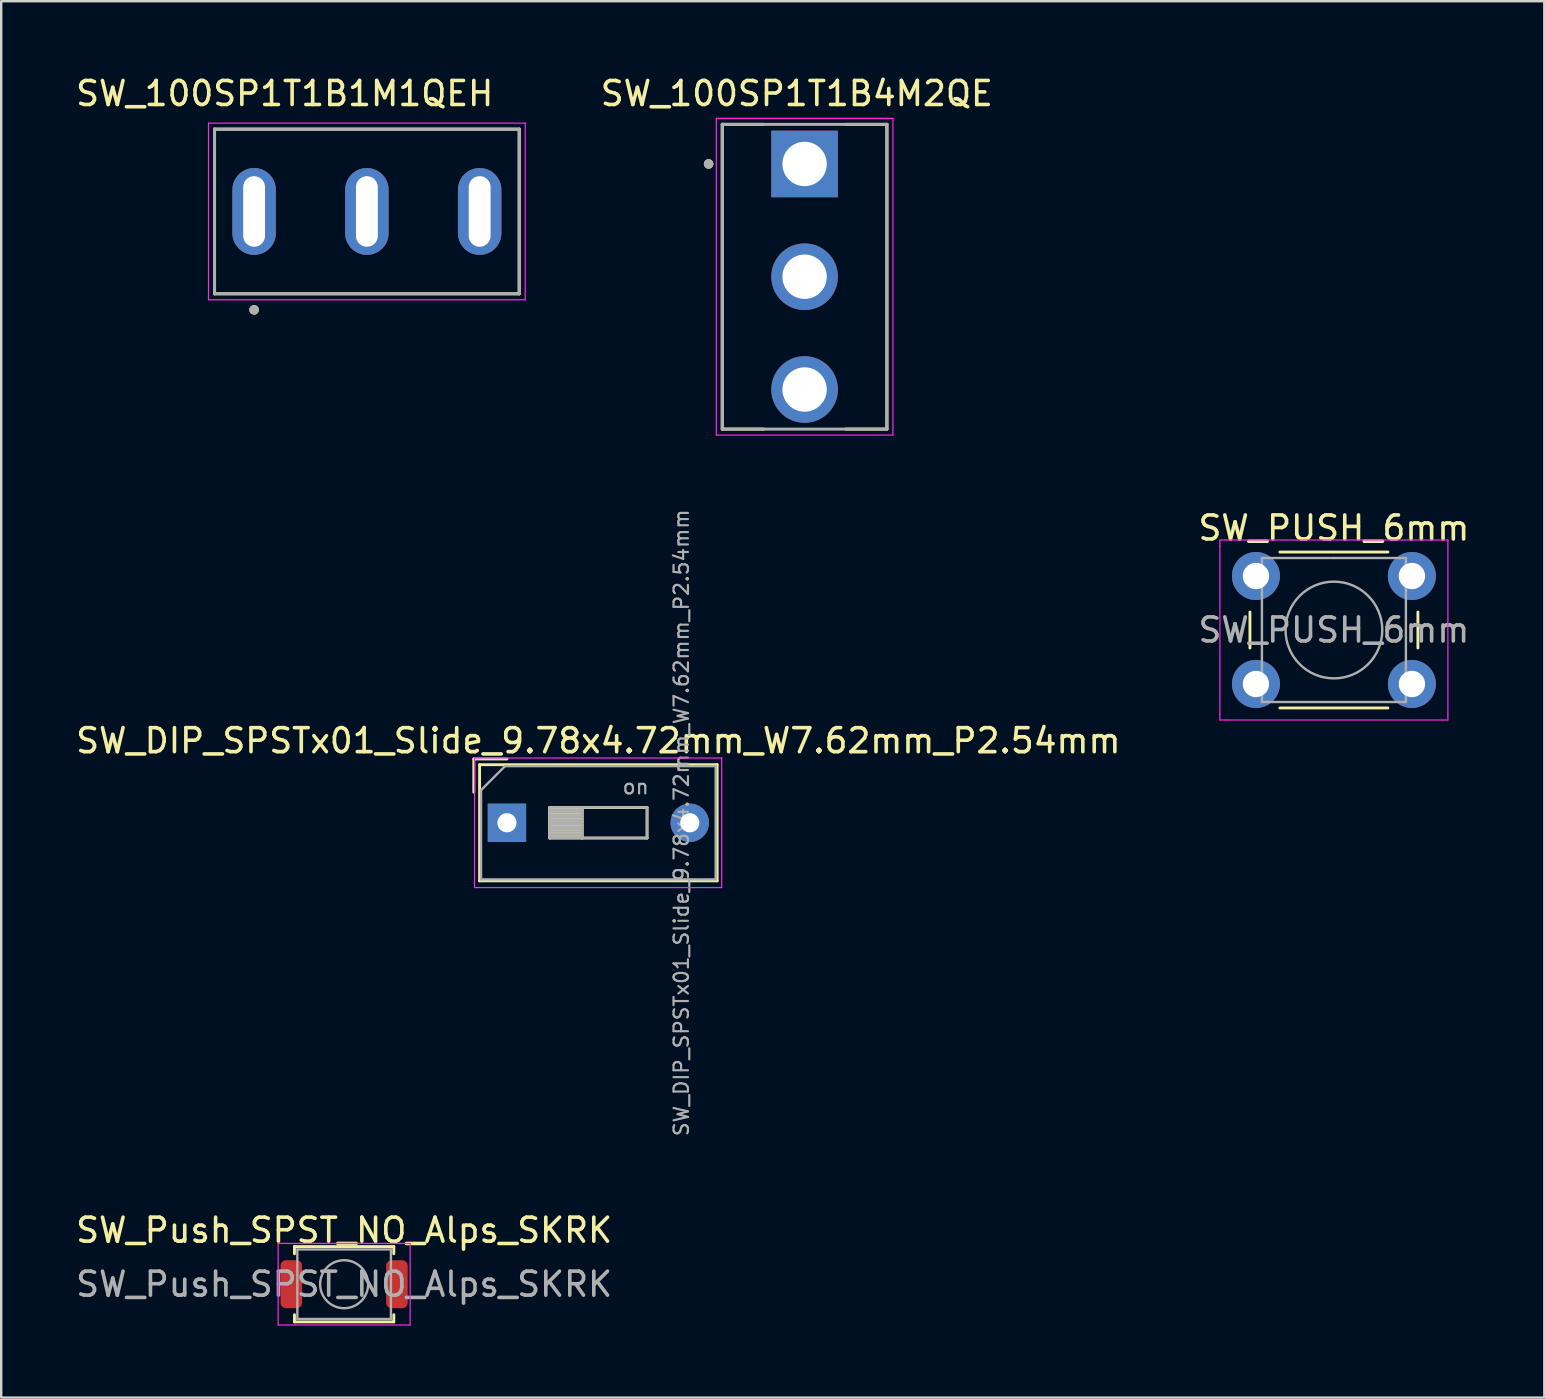
<source format=kicad_pcb>
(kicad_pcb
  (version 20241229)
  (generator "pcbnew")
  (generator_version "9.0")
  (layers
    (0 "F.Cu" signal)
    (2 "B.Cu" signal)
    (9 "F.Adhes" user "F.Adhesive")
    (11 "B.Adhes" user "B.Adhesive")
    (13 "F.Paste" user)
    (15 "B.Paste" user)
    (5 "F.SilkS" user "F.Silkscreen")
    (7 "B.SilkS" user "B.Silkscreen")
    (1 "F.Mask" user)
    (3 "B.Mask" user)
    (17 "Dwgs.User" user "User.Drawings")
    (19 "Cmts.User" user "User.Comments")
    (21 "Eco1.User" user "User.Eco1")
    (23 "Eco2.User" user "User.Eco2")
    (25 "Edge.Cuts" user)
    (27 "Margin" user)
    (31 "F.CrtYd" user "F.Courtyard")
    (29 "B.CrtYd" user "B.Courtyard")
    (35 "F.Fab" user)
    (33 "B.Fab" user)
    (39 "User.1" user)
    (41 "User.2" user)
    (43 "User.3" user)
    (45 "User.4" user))
  (footprint "SW_100SP1T1B4M2QE"
    (layer "F.Cu")
    (at 30.482 8.483)
    (property "Reference" "SW_100SP1T1B4M2QE" (at -0.325 -7.635 0) (layer "F.SilkS") (effects (font (size 1 1) (thickness 0.15))))
    (attr through_hole)
    (fp_line (start -3.43 6.35) (end -3.43 -6.35) (stroke (width 0.127) (type solid)) (layer "F.SilkS"))
    (fp_line (start -1.71 -6.35) (end -3.43 -6.35) (stroke (width 0.127) (type solid)) (layer "F.SilkS"))
    (fp_line (start -1.71 6.35) (end -3.43 6.35) (stroke (width 0.127) (type solid)) (layer "F.SilkS"))
    (fp_line (start 3.43 -6.35) (end 1.71 -6.35) (stroke (width 0.127) (type solid)) (layer "F.SilkS"))
    (fp_line (start 3.43 -6.35) (end 3.43 6.35) (stroke (width 0.127) (type solid)) (layer "F.SilkS"))
    (fp_line (start 3.43 6.35) (end 1.71 6.35) (stroke (width 0.127) (type solid)) (layer "F.SilkS"))
    (fp_circle (center -4 -4.7) (end -3.9 -4.7) (stroke (width 0.2) (type solid)) (fill no) (layer "F.SilkS"))
    (fp_line (start -3.68 -6.6) (end -3.68 6.6) (stroke (width 0.05) (type solid)) (layer "F.CrtYd"))
    (fp_line (start -3.68 6.6) (end 3.68 6.6) (stroke (width 0.05) (type solid)) (layer "F.CrtYd"))
    (fp_line (start 3.68 -6.6) (end -3.68 -6.6) (stroke (width 0.05) (type solid)) (layer "F.CrtYd"))
    (fp_line (start 3.68 6.6) (end 3.68 -6.6) (stroke (width 0.05) (type solid)) (layer "F.CrtYd"))
    (fp_line (start -3.43 -6.35) (end -3.43 6.35) (stroke (width 0.127) (type solid)) (layer "F.Fab"))
    (fp_line (start -3.43 6.35) (end 3.43 6.35) (stroke (width 0.127) (type solid)) (layer "F.Fab"))
    (fp_line (start 3.43 -6.35) (end -3.43 -6.35) (stroke (width 0.127) (type solid)) (layer "F.Fab"))
    (fp_line (start 3.43 6.35) (end 3.43 -6.35) (stroke (width 0.127) (type solid)) (layer "F.Fab"))
    (fp_circle (center -4 -4.7) (end -3.9 -4.7) (stroke (width 0.2) (type solid)) (fill no) (layer "F.Fab"))
    (pad "1" thru_hole rect (at 0 -4.7) (size 2.775 2.775) (drill 1.85) (layers "*.Cu" "*.Mask"))
    (pad "2" thru_hole circle (at 0 0) (size 2.775 2.775) (drill 1.85) (layers "*.Cu" "*.Mask"))
    (pad "3" thru_hole circle (at 0 4.7) (size 2.775 2.775) (drill 1.85) (layers "*.Cu" "*.Mask")))
  (footprint "SW_100SP1T1B1M1QEH"
    (layer "F.Cu")
    (at 12.24 5.763)
    (property "Reference" "SW_100SP1T1B1M1QEH" (at -3.425 -4.915 0) (layer "F.SilkS") (effects (font (size 1 1) (thickness 0.15))))
    (attr through_hole)
    (fp_line (start -6.35 -3.43) (end 6.35 -3.43) (stroke (width 0.127) (type solid)) (layer "F.SilkS"))
    (fp_line (start -6.35 3.43) (end -6.35 -3.43) (stroke (width 0.127) (type solid)) (layer "F.SilkS"))
    (fp_line (start 6.35 -3.43) (end 6.35 3.43) (stroke (width 0.127) (type solid)) (layer "F.SilkS"))
    (fp_line (start 6.35 3.43) (end -6.35 3.43) (stroke (width 0.127) (type solid)) (layer "F.SilkS"))
    (fp_circle (center -4.7 4.1) (end -4.6 4.1) (stroke (width 0.2) (type solid)) (fill no) (layer "F.SilkS"))
    (fp_line (start -6.6 -3.68) (end -6.6 3.68) (stroke (width 0.05) (type solid)) (layer "F.CrtYd"))
    (fp_line (start -6.6 3.68) (end 6.6 3.68) (stroke (width 0.05) (type solid)) (layer "F.CrtYd"))
    (fp_line (start 6.6 -3.68) (end -6.6 -3.68) (stroke (width 0.05) (type solid)) (layer "F.CrtYd"))
    (fp_line (start 6.6 3.68) (end 6.6 -3.68) (stroke (width 0.05) (type solid)) (layer "F.CrtYd"))
    (fp_line (start -6.35 -3.43) (end 6.35 -3.43) (stroke (width 0.127) (type solid)) (layer "F.Fab"))
    (fp_line (start -6.35 3.43) (end -6.35 -3.43) (stroke (width 0.127) (type solid)) (layer "F.Fab"))
    (fp_line (start 6.35 -3.43) (end 6.35 3.43) (stroke (width 0.127) (type solid)) (layer "F.Fab"))
    (fp_line (start 6.35 3.43) (end -6.35 3.43) (stroke (width 0.127) (type solid)) (layer "F.Fab"))
    (fp_circle (center -4.7 4.1) (end -4.6 4.1) (stroke (width 0.2) (type solid)) (fill no) (layer "F.Fab"))
    (pad "1" thru_hole oval (at -4.7 0) (size 1.81 3.62) (drill oval 0.91 2.94) (layers "*.Cu" "*.Mask"))
    (pad "2" thru_hole oval (at 0 0) (size 1.81 3.62) (drill oval 0.91 2.94) (layers "*.Cu" "*.Mask"))
    (pad "3" thru_hole oval (at 4.7 0) (size 1.81 3.62) (drill oval 0.91 2.94) (layers "*.Cu" "*.Mask")))
  (footprint "SW_Push_SPST_NO_Alps_SKRK"
    (layer "F.Cu")
    (at 11.292 50.471)
    (property "Reference" "SW_Push_SPST_NO_Alps_SKRK" (at 0 -2.25 0) (layer "F.SilkS") (effects (font (size 1 1) (thickness 0.15))))
    (attr smd)
    (fp_line (start -2.07 -1.57) (end 2.07 -1.57) (stroke (width 0.12) (type solid)) (layer "F.SilkS"))
    (fp_line (start -2.07 -1.27) (end -2.07 -1.57) (stroke (width 0.12) (type solid)) (layer "F.SilkS"))
    (fp_line (start -2.07 1.57) (end -2.07 1.27) (stroke (width 0.12) (type solid)) (layer "F.SilkS"))
    (fp_line (start 2.07 -1.57) (end 2.07 -1.27) (stroke (width 0.12) (type solid)) (layer "F.SilkS"))
    (fp_line (start 2.07 1.27) (end 2.07 1.57) (stroke (width 0.12) (type solid)) (layer "F.SilkS"))
    (fp_line (start 2.07 1.57) (end -2.07 1.57) (stroke (width 0.12) (type solid)) (layer "F.SilkS"))
    (fp_line (start -2.75 -1.7) (end 2.75 -1.7) (stroke (width 0.05) (type solid)) (layer "F.CrtYd"))
    (fp_line (start -2.75 1.7) (end -2.75 -1.7) (stroke (width 0.05) (type solid)) (layer "F.CrtYd"))
    (fp_line (start 2.75 -1.7) (end 2.75 1.7) (stroke (width 0.05) (type solid)) (layer "F.CrtYd"))
    (fp_line (start 2.75 1.7) (end -2.75 1.7) (stroke (width 0.05) (type solid)) (layer "F.CrtYd"))
    (fp_line (start -1.95 -1.45) (end 1.95 -1.45) (stroke (width 0.1) (type solid)) (layer "F.Fab"))
    (fp_line (start -1.95 1.45) (end -1.95 -1.45) (stroke (width 0.1) (type solid)) (layer "F.Fab"))
    (fp_line (start 1.95 -1.45) (end 1.95 1.45) (stroke (width 0.1) (type solid)) (layer "F.Fab"))
    (fp_line (start 1.95 1.45) (end -1.95 1.45) (stroke (width 0.1) (type solid)) (layer "F.Fab"))
    (fp_circle (center 0 0) (end 1 0) (stroke (width 0.1) (type solid)) (fill no) (layer "F.Fab"))
    (fp_text user "${REFERENCE}" (at 0 0 0) (layer "F.Fab") (effects (font (size 1 1) (thickness 0.15))))
    (pad "1" smd roundrect (at -2.2 0) (size 0.9 2) (layers "F.Cu" "F.Mask" "F.Paste") (roundrect_rratio 0.25))
    (pad "2" smd roundrect (at 2.2 0) (size 0.9 2) (layers "F.Cu" "F.Mask" "F.Paste") (roundrect_rratio 0.25)))
  (footprint "SW_DIP_SPSTx01_Slide_9.78x4.72mm_W7.62mm_P2.54mm"
    (layer "F.Cu")
    (at 18.077 31.24)
    (property "Reference" "SW_DIP_SPSTx01_Slide_9.78x4.72mm_W7.62mm_P2.54mm" (at 3.81 -3.42 0) (layer "F.SilkS") (effects (font (size 1 1) (thickness 0.15))))
    (attr through_hole)
    (fp_line (start -1.38 -2.66) (end -1.38 -1.277) (stroke (width 0.12) (type solid)) (layer "F.SilkS"))
    (fp_line (start -1.38 -2.66) (end 0.004 -2.66) (stroke (width 0.12) (type solid)) (layer "F.SilkS"))
    (fp_line (start -1.14 -2.42) (end -1.14 2.42) (stroke (width 0.12) (type solid)) (layer "F.SilkS"))
    (fp_line (start -1.14 -2.42) (end 8.76 -2.42) (stroke (width 0.12) (type solid)) (layer "F.SilkS"))
    (fp_line (start -1.14 2.42) (end 8.76 2.42) (stroke (width 0.12) (type solid)) (layer "F.SilkS"))
    (fp_line (start 1.78 -0.635) (end 1.78 0.635) (stroke (width 0.12) (type solid)) (layer "F.SilkS"))
    (fp_line (start 1.78 -0.515) (end 3.133 -0.515) (stroke (width 0.12) (type solid)) (layer "F.SilkS"))
    (fp_line (start 1.78 -0.395) (end 3.133 -0.395) (stroke (width 0.12) (type solid)) (layer "F.SilkS"))
    (fp_line (start 1.78 -0.275) (end 3.133 -0.275) (stroke (width 0.12) (type solid)) (layer "F.SilkS"))
    (fp_line (start 1.78 -0.155) (end 3.133 -0.155) (stroke (width 0.12) (type solid)) (layer "F.SilkS"))
    (fp_line (start 1.78 -0.035) (end 3.133 -0.035) (stroke (width 0.12) (type solid)) (layer "F.SilkS"))
    (fp_line (start 1.78 0.085) (end 3.133 0.085) (stroke (width 0.12) (type solid)) (layer "F.SilkS"))
    (fp_line (start 1.78 0.205) (end 3.133 0.205) (stroke (width 0.12) (type solid)) (layer "F.SilkS"))
    (fp_line (start 1.78 0.325) (end 3.133 0.325) (stroke (width 0.12) (type solid)) (layer "F.SilkS"))
    (fp_line (start 1.78 0.445) (end 3.133 0.445) (stroke (width 0.12) (type solid)) (layer "F.SilkS"))
    (fp_line (start 1.78 0.565) (end 3.133 0.565) (stroke (width 0.12) (type solid)) (layer "F.SilkS"))
    (fp_line (start 1.78 0.635) (end 5.84 0.635) (stroke (width 0.12) (type solid)) (layer "F.SilkS"))
    (fp_line (start 3.133 -0.635) (end 3.133 0.635) (stroke (width 0.12) (type solid)) (layer "F.SilkS"))
    (fp_line (start 5.84 -0.635) (end 1.78 -0.635) (stroke (width 0.12) (type solid)) (layer "F.SilkS"))
    (fp_line (start 5.84 0.635) (end 5.84 -0.635) (stroke (width 0.12) (type solid)) (layer "F.SilkS"))
    (fp_line (start 8.76 -2.42) (end 8.76 2.42) (stroke (width 0.12) (type solid)) (layer "F.SilkS"))
    (fp_line (start -1.35 -2.7) (end -1.35 2.7) (stroke (width 0.05) (type solid)) (layer "F.CrtYd"))
    (fp_line (start -1.35 2.7) (end 8.95 2.7) (stroke (width 0.05) (type solid)) (layer "F.CrtYd"))
    (fp_line (start 8.95 -2.7) (end -1.35 -2.7) (stroke (width 0.05) (type solid)) (layer "F.CrtYd"))
    (fp_line (start 8.95 2.7) (end 8.95 -2.7) (stroke (width 0.05) (type solid)) (layer "F.CrtYd"))
    (fp_line (start -1.08 -1.36) (end -0.08 -2.36) (stroke (width 0.1) (type solid)) (layer "F.Fab"))
    (fp_line (start -1.08 2.36) (end -1.08 -1.36) (stroke (width 0.1) (type solid)) (layer "F.Fab"))
    (fp_line (start -0.08 -2.36) (end 8.7 -2.36) (stroke (width 0.1) (type solid)) (layer "F.Fab"))
    (fp_line (start 1.78 -0.635) (end 1.78 0.635) (stroke (width 0.1) (type solid)) (layer "F.Fab"))
    (fp_line (start 1.78 -0.535) (end 3.133 -0.535) (stroke (width 0.1) (type solid)) (layer "F.Fab"))
    (fp_line (start 1.78 -0.435) (end 3.133 -0.435) (stroke (width 0.1) (type solid)) (layer "F.Fab"))
    (fp_line (start 1.78 -0.335) (end 3.133 -0.335) (stroke (width 0.1) (type solid)) (layer "F.Fab"))
    (fp_line (start 1.78 -0.235) (end 3.133 -0.235) (stroke (width 0.1) (type solid)) (layer "F.Fab"))
    (fp_line (start 1.78 -0.135) (end 3.133 -0.135) (stroke (width 0.1) (type solid)) (layer "F.Fab"))
    (fp_line (start 1.78 -0.035) (end 3.133 -0.035) (stroke (width 0.1) (type solid)) (layer "F.Fab"))
    (fp_line (start 1.78 0.065) (end 3.133 0.065) (stroke (width 0.1) (type solid)) (layer "F.Fab"))
    (fp_line (start 1.78 0.165) (end 3.133 0.165) (stroke (width 0.1) (type solid)) (layer "F.Fab"))
    (fp_line (start 1.78 0.265) (end 3.133 0.265) (stroke (width 0.1) (type solid)) (layer "F.Fab"))
    (fp_line (start 1.78 0.365) (end 3.133 0.365) (stroke (width 0.1) (type solid)) (layer "F.Fab"))
    (fp_line (start 1.78 0.465) (end 3.133 0.465) (stroke (width 0.1) (type solid)) (layer "F.Fab"))
    (fp_line (start 1.78 0.565) (end 3.133 0.565) (stroke (width 0.1) (type solid)) (layer "F.Fab"))
    (fp_line (start 1.78 0.635) (end 5.84 0.635) (stroke (width 0.1) (type solid)) (layer "F.Fab"))
    (fp_line (start 3.133 -0.635) (end 3.133 0.635) (stroke (width 0.1) (type solid)) (layer "F.Fab"))
    (fp_line (start 5.84 -0.635) (end 1.78 -0.635) (stroke (width 0.1) (type solid)) (layer "F.Fab"))
    (fp_line (start 5.84 0.635) (end 5.84 -0.635) (stroke (width 0.1) (type solid)) (layer "F.Fab"))
    (fp_line (start 8.7 -2.36) (end 8.7 2.36) (stroke (width 0.1) (type solid)) (layer "F.Fab"))
    (fp_line (start 8.7 2.36) (end -1.08 2.36) (stroke (width 0.1) (type solid)) (layer "F.Fab"))
    (fp_text user "on" (at 5.365 -1.498 0) (layer "F.Fab") (effects (font (size 0.6 0.6) (thickness 0.09))))
    (fp_text user "${REFERENCE}" (at 7.27 0 90) (layer "F.Fab") (effects (font (size 0.6 0.6) (thickness 0.09))))
    (pad "1" thru_hole rect (at 0 0) (size 1.6 1.6) (drill 0.8) (layers "*.Cu" "*.Mask"))
    (pad "2" thru_hole oval (at 7.62 0) (size 1.6 1.6) (drill 0.8) (layers "*.Cu" "*.Mask")))
  (footprint "SW_PUSH_6mm"
    (layer "F.Cu")
    (at 49.292 20.956)
    (property "Reference" "SW_PUSH_6mm" (at 3.25 -2 0) (layer "F.SilkS") (effects (font (size 1 1) (thickness 0.15))))
    (attr through_hole)
    (fp_line (start -0.25 1.5) (end -0.25 3) (stroke (width 0.12) (type solid)) (layer "F.SilkS"))
    (fp_line (start 1 5.5) (end 5.5 5.5) (stroke (width 0.12) (type solid)) (layer "F.SilkS"))
    (fp_line (start 5.5 -1) (end 1 -1) (stroke (width 0.12) (type solid)) (layer "F.SilkS"))
    (fp_line (start 6.75 3) (end 6.75 1.5) (stroke (width 0.12) (type solid)) (layer "F.SilkS"))
    (fp_line (start -1.5 -1.5) (end -1.25 -1.5) (stroke (width 0.05) (type solid)) (layer "F.CrtYd"))
    (fp_line (start -1.5 -1.25) (end -1.5 -1.5) (stroke (width 0.05) (type solid)) (layer "F.CrtYd"))
    (fp_line (start -1.5 5.75) (end -1.5 -1.25) (stroke (width 0.05) (type solid)) (layer "F.CrtYd"))
    (fp_line (start -1.5 5.75) (end -1.5 6) (stroke (width 0.05) (type solid)) (layer "F.CrtYd"))
    (fp_line (start -1.5 6) (end -1.25 6) (stroke (width 0.05) (type solid)) (layer "F.CrtYd"))
    (fp_line (start -1.25 -1.5) (end 7.75 -1.5) (stroke (width 0.05) (type solid)) (layer "F.CrtYd"))
    (fp_line (start 7.75 -1.5) (end 8 -1.5) (stroke (width 0.05) (type solid)) (layer "F.CrtYd"))
    (fp_line (start 7.75 6) (end -1.25 6) (stroke (width 0.05) (type solid)) (layer "F.CrtYd"))
    (fp_line (start 7.75 6) (end 8 6) (stroke (width 0.05) (type solid)) (layer "F.CrtYd"))
    (fp_line (start 8 -1.5) (end 8 -1.25) (stroke (width 0.05) (type solid)) (layer "F.CrtYd"))
    (fp_line (start 8 -1.25) (end 8 5.75) (stroke (width 0.05) (type solid)) (layer "F.CrtYd"))
    (fp_line (start 8 6) (end 8 5.75) (stroke (width 0.05) (type solid)) (layer "F.CrtYd"))
    (fp_line (start 0.25 -0.75) (end 3.25 -0.75) (stroke (width 0.1) (type solid)) (layer "F.Fab"))
    (fp_line (start 0.25 5.25) (end 0.25 -0.75) (stroke (width 0.1) (type solid)) (layer "F.Fab"))
    (fp_line (start 3.25 -0.75) (end 6.25 -0.75) (stroke (width 0.1) (type solid)) (layer "F.Fab"))
    (fp_line (start 6.25 -0.75) (end 6.25 5.25) (stroke (width 0.1) (type solid)) (layer "F.Fab"))
    (fp_line (start 6.25 5.25) (end 0.25 5.25) (stroke (width 0.1) (type solid)) (layer "F.Fab"))
    (fp_circle (center 3.25 2.25) (end 1.25 2.5) (stroke (width 0.1) (type solid)) (fill no) (layer "F.Fab"))
    (fp_text user "${REFERENCE}" (at 3.25 2.25 0) (layer "F.Fab") (effects (font (size 1 1) (thickness 0.15))))
    (pad "1" thru_hole circle (at 0 0 90) (size 2 2) (drill 1.1) (layers "*.Cu" "*.Mask"))
    (pad "1" thru_hole circle (at 6.5 0 90) (size 2 2) (drill 1.1) (layers "*.Cu" "*.Mask"))
    (pad "2" thru_hole circle (at 0 4.5 90) (size 2 2) (drill 1.1) (layers "*.Cu" "*.Mask"))
    (pad "2" thru_hole circle (at 6.5 4.5 90) (size 2 2) (drill 1.1) (layers "*.Cu" "*.Mask")))
  (gr_rect
    (start -3 -3)
    (end 61.31 55.196)
    (stroke (width 0.1) (type default))
    (fill no)
    (layer "Edge.Cuts")))
</source>
